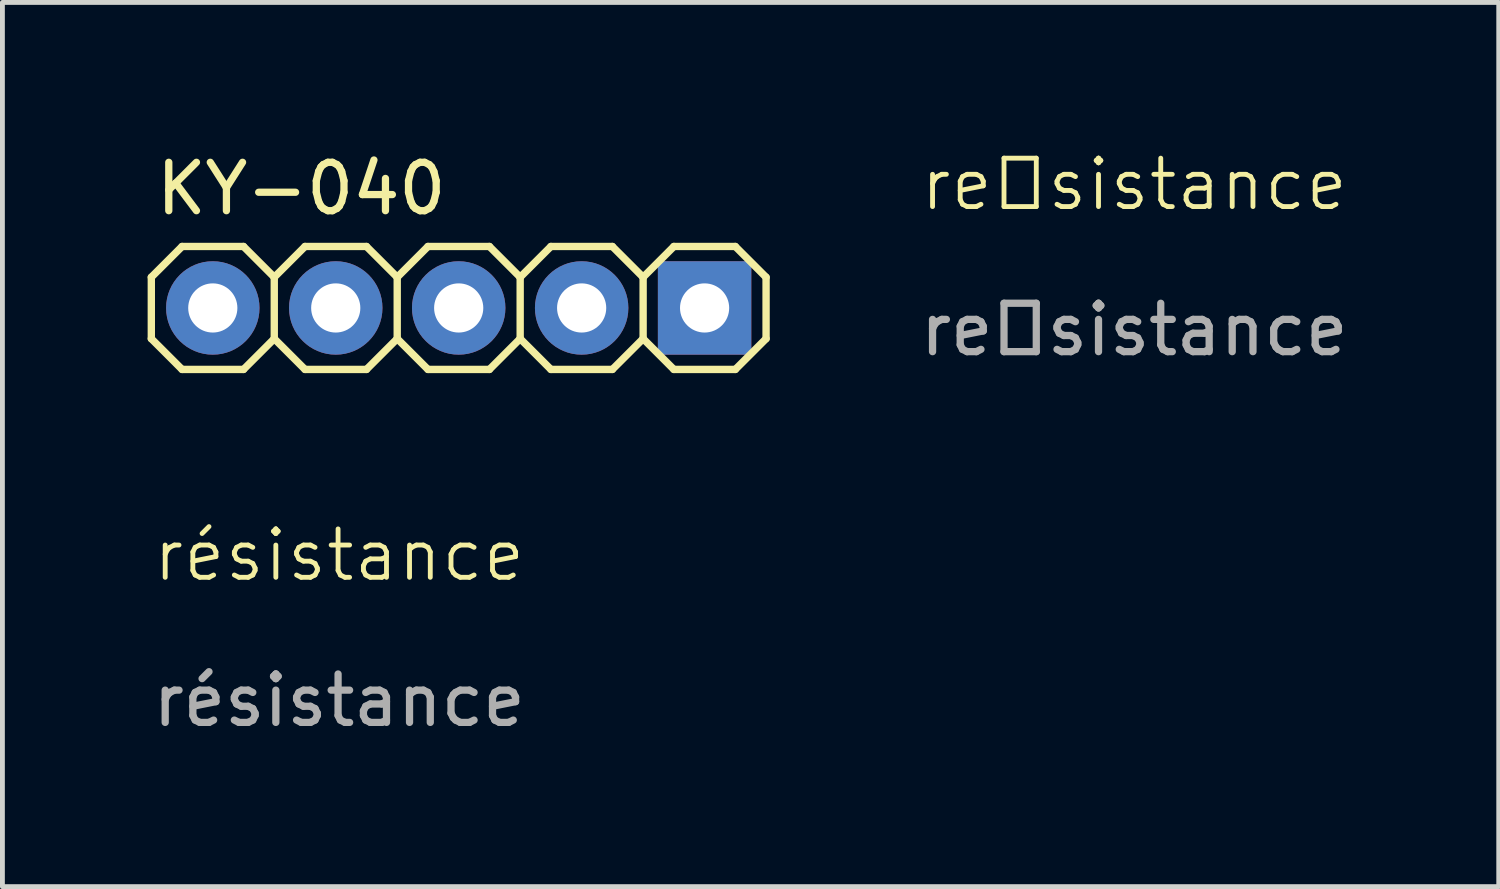
<source format=kicad_pcb>
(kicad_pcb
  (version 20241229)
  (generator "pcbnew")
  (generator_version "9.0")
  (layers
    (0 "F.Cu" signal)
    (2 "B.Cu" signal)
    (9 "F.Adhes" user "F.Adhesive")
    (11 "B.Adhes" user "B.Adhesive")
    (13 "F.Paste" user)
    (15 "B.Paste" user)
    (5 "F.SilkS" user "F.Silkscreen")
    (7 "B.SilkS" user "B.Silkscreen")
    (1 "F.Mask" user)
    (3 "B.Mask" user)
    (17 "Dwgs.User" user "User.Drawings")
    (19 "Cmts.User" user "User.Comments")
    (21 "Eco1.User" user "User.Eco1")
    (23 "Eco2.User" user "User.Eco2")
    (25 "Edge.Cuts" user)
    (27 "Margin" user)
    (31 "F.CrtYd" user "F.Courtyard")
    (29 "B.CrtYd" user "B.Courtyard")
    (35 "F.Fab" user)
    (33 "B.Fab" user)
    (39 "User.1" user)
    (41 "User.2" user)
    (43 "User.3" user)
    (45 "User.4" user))
  (footprint "KY-040"
    (layer "F.Cu")
    (at 7.696 3.312)
    (property "Reference" "KY-040" (at -4.521 -2.464 0) (layer "F.SilkS") (effects (font (size 1 1) (thickness 0.15))))
    (attr through_hole)
    (fp_line (start -7.62 -0.635) (end -7.62 0.635) (stroke (width 0.152) (type solid)) (layer "F.SilkS"))
    (fp_line (start -7.62 0.635) (end -6.985 1.27) (stroke (width 0.152) (type solid)) (layer "F.SilkS"))
    (fp_line (start -6.985 -1.27) (end -7.62 -0.635) (stroke (width 0.152) (type solid)) (layer "F.SilkS"))
    (fp_line (start -6.985 -1.27) (end -5.715 -1.27) (stroke (width 0.152) (type solid)) (layer "F.SilkS"))
    (fp_line (start -5.715 -1.27) (end -5.08 -0.635) (stroke (width 0.152) (type solid)) (layer "F.SilkS"))
    (fp_line (start -5.715 1.27) (end -6.985 1.27) (stroke (width 0.152) (type solid)) (layer "F.SilkS"))
    (fp_line (start -5.08 -0.635) (end -5.08 0.635) (stroke (width 0.152) (type solid)) (layer "F.SilkS"))
    (fp_line (start -5.08 -0.635) (end -4.445 -1.27) (stroke (width 0.152) (type solid)) (layer "F.SilkS"))
    (fp_line (start -5.08 0.635) (end -5.715 1.27) (stroke (width 0.152) (type solid)) (layer "F.SilkS"))
    (fp_line (start -4.445 -1.27) (end -3.175 -1.27) (stroke (width 0.152) (type solid)) (layer "F.SilkS"))
    (fp_line (start -4.445 1.27) (end -5.08 0.635) (stroke (width 0.152) (type solid)) (layer "F.SilkS"))
    (fp_line (start -3.175 -1.27) (end -2.54 -0.635) (stroke (width 0.152) (type solid)) (layer "F.SilkS"))
    (fp_line (start -3.175 1.27) (end -4.445 1.27) (stroke (width 0.152) (type solid)) (layer "F.SilkS"))
    (fp_line (start -2.54 -0.635) (end -2.54 0.635) (stroke (width 0.152) (type solid)) (layer "F.SilkS"))
    (fp_line (start -2.54 -0.635) (end -1.905 -1.27) (stroke (width 0.152) (type solid)) (layer "F.SilkS"))
    (fp_line (start -2.54 0.635) (end -3.175 1.27) (stroke (width 0.152) (type solid)) (layer "F.SilkS"))
    (fp_line (start -1.905 -1.27) (end -0.635 -1.27) (stroke (width 0.152) (type solid)) (layer "F.SilkS"))
    (fp_line (start -1.905 1.27) (end -2.54 0.635) (stroke (width 0.152) (type solid)) (layer "F.SilkS"))
    (fp_line (start -0.635 -1.27) (end 0 -0.635) (stroke (width 0.152) (type solid)) (layer "F.SilkS"))
    (fp_line (start -0.635 1.27) (end -1.905 1.27) (stroke (width 0.152) (type solid)) (layer "F.SilkS"))
    (fp_line (start 0 -0.635) (end 0 0.635) (stroke (width 0.152) (type solid)) (layer "F.SilkS"))
    (fp_line (start 0 0.635) (end -0.635 1.27) (stroke (width 0.152) (type solid)) (layer "F.SilkS"))
    (fp_line (start 0 0.635) (end 0.635 1.27) (stroke (width 0.152) (type solid)) (layer "F.SilkS"))
    (fp_line (start 0.635 -1.27) (end 0 -0.635) (stroke (width 0.152) (type solid)) (layer "F.SilkS"))
    (fp_line (start 0.635 -1.27) (end 1.905 -1.27) (stroke (width 0.152) (type solid)) (layer "F.SilkS"))
    (fp_line (start 1.905 -1.27) (end 2.54 -0.635) (stroke (width 0.152) (type solid)) (layer "F.SilkS"))
    (fp_line (start 1.905 1.27) (end 0.635 1.27) (stroke (width 0.152) (type solid)) (layer "F.SilkS"))
    (fp_line (start 2.54 -0.635) (end 2.54 0.635) (stroke (width 0.152) (type solid)) (layer "F.SilkS"))
    (fp_line (start 2.54 -0.635) (end 3.175 -1.27) (stroke (width 0.152) (type solid)) (layer "F.SilkS"))
    (fp_line (start 2.54 0.635) (end 1.905 1.27) (stroke (width 0.152) (type solid)) (layer "F.SilkS"))
    (fp_line (start 3.175 -1.27) (end 4.445 -1.27) (stroke (width 0.152) (type solid)) (layer "F.SilkS"))
    (fp_line (start 3.175 1.27) (end 2.54 0.635) (stroke (width 0.152) (type solid)) (layer "F.SilkS"))
    (fp_line (start 4.445 -1.27) (end 5.08 -0.635) (stroke (width 0.152) (type solid)) (layer "F.SilkS"))
    (fp_line (start 4.445 1.27) (end 3.175 1.27) (stroke (width 0.152) (type solid)) (layer "F.SilkS"))
    (fp_line (start 5.08 -0.635) (end 5.08 0.635) (stroke (width 0.152) (type solid)) (layer "F.SilkS"))
    (fp_line (start 5.08 0.635) (end 4.445 1.27) (stroke (width 0.152) (type solid)) (layer "F.SilkS"))
    (fp_poly (pts (xy -4.064 -0.254) (xy -3.556 -0.254) (xy -3.556 0.254) (xy -4.064 0.254)) (stroke (width 0.01) (type solid)) (fill no) (layer "F.Fab"))
    (fp_poly (pts (xy -1.524 -0.254) (xy -1.016 -0.254) (xy -1.016 0.254) (xy -1.524 0.254)) (stroke (width 0.01) (type solid)) (fill no) (layer "F.Fab"))
    (fp_poly (pts (xy 1.016 -0.254) (xy 1.524 -0.254) (xy 1.524 0.254) (xy 1.016 0.254)) (stroke (width 0.01) (type solid)) (fill no) (layer "F.Fab"))
    (fp_poly (pts (xy 3.556 -0.254) (xy 4.064 -0.254) (xy 4.064 0.254) (xy 3.556 0.254)) (stroke (width 0.01) (type solid)) (fill no) (layer "F.Fab"))
    (pad "1" thru_hole circle (at -6.35 0) (size 1.93 1.93) (drill 1.016) (layers "*.Cu" "*.Mask"))
    (pad "2" thru_hole circle (at -3.81 0) (size 1.93 1.93) (drill 1.016) (layers "*.Cu" "*.Mask"))
    (pad "3" thru_hole circle (at -1.27 0) (size 1.93 1.93) (drill 1.016) (layers "*.Cu" "*.Mask"))
    (pad "4" thru_hole circle (at 1.27 0) (size 1.93 1.93) (drill 1.016) (layers "*.Cu" "*.Mask"))
    (pad "5" thru_hole rect (at 3.81 0) (size 1.93 1.93) (drill 1.016) (layers "*.Cu" "*.Mask")))
  (footprint "résistance"
    (layer "F.Cu")
    (at 3.958 8.919)
    (property "Reference" "résistance" (at 0 -0.5 0) (unlocked yes) (layer "F.SilkS") (effects (font (size 1 1) (thickness 0.1))))
    (attr through_hole)
    (fp_text user "${REFERENCE}" (at 0 2.5 0) (unlocked yes) (layer "F.Fab") (effects (font (size 1 1) (thickness 0.15)))))
  (footprint "résistance"
    (layer "F.Cu")
    (at 20.382 1.26)
    (property "Reference" "résistance" (at 0 -0.5 0) (unlocked yes) (layer "F.SilkS") (effects (font (size 1 1) (thickness 0.1))))
    (attr through_hole)
    (fp_text user "${REFERENCE}" (at 0 2.5 0) (unlocked yes) (layer "F.Fab") (effects (font (size 1 1) (thickness 0.15)))))
  (gr_rect
    (start -3 -3)
    (end 27.912 15.267)
    (stroke (width 0.1) (type default))
    (fill no)
    (layer "Edge.Cuts")))
</source>
